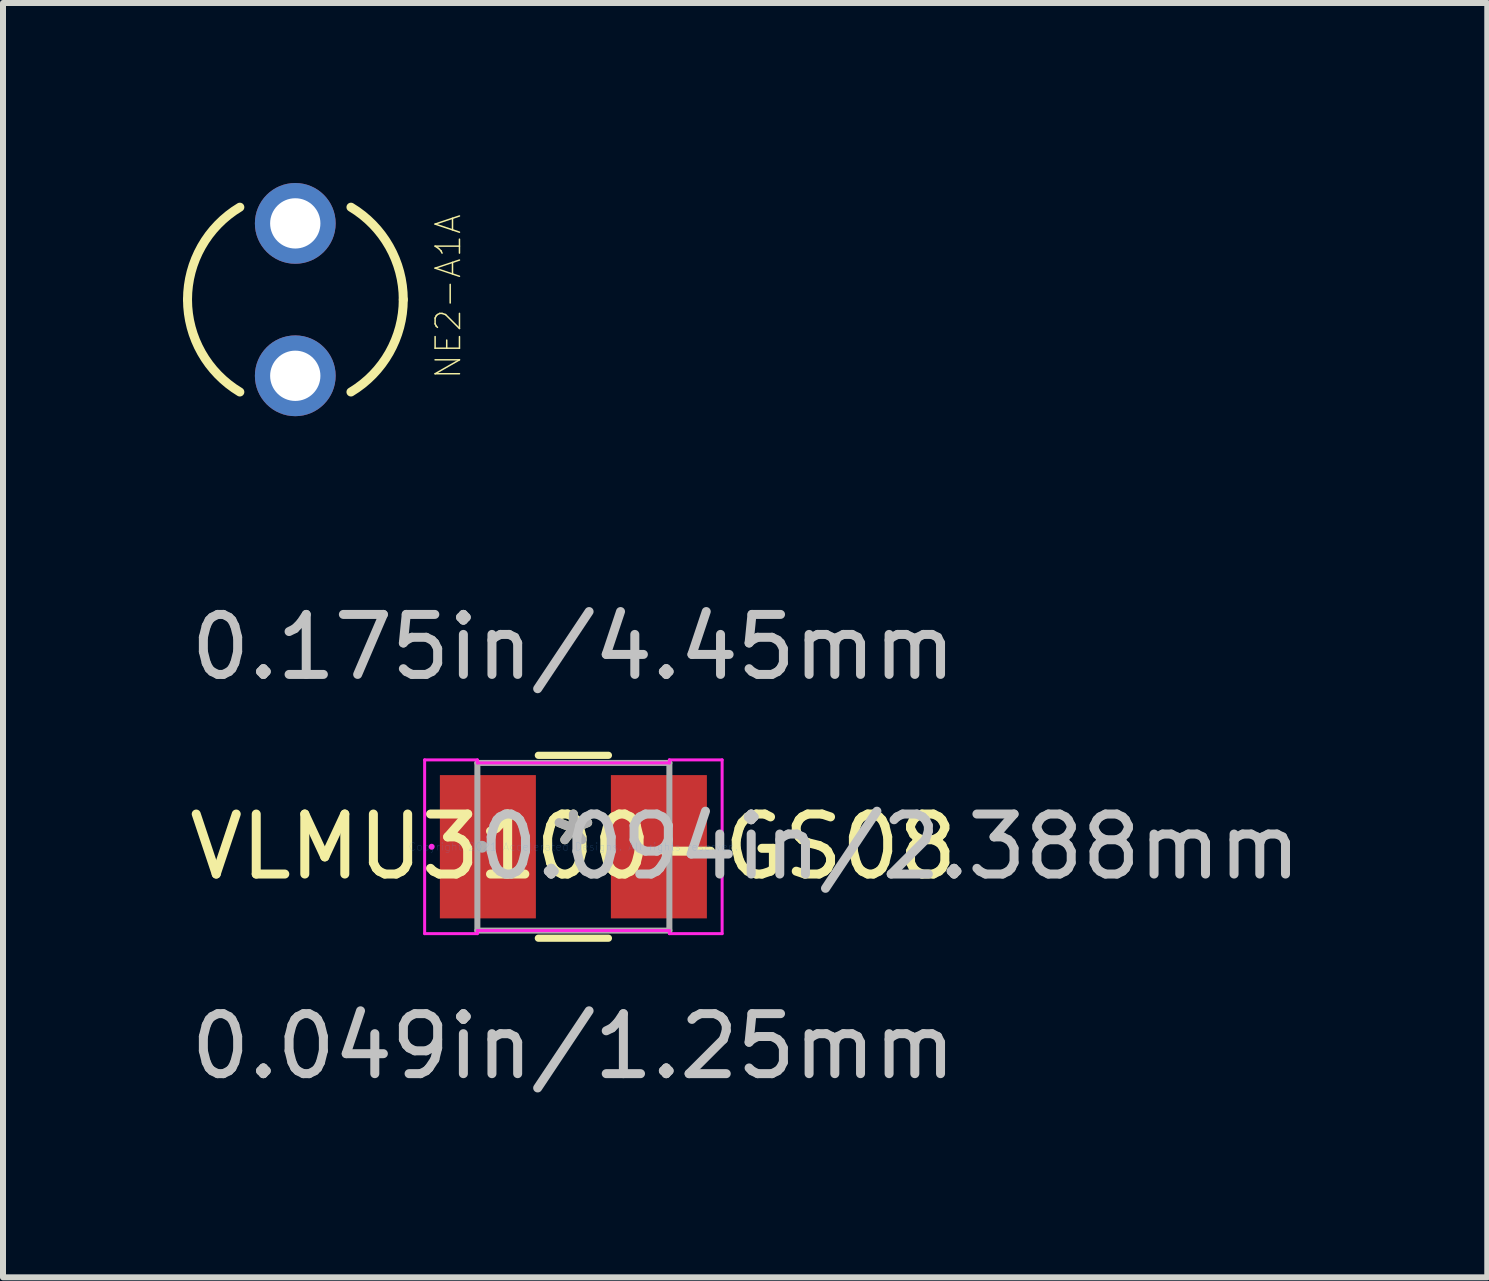
<source format=kicad_pcb>
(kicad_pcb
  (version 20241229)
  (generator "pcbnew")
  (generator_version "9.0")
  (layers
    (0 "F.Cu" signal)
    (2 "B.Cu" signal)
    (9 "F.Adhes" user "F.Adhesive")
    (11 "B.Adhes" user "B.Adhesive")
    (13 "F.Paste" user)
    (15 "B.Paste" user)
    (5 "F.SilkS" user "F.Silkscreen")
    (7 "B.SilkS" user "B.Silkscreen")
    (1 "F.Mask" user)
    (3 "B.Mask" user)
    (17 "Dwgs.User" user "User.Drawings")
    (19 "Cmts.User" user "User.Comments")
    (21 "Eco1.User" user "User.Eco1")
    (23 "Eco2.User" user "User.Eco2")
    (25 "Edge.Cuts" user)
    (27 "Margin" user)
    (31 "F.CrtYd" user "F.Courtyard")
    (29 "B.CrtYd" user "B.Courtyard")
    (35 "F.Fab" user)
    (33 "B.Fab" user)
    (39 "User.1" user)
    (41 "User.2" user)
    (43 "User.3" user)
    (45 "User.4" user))
  (footprint "NE2-A1A"
    (layer "F.Cu")
    (at 1.871 1.943)
    (property "Reference" "NE2-A1A" (at 2.55 -0.05 90) (layer "F.SilkS") (effects (font (size 0.406 0.406) (thickness 0.025))))
    (attr exclude_from_pos_files exclude_from_bom)
    (fp_arc (start -1.79578 0) (mid -1.562688 -0.884779) (end -0.923921 -1.539869) (stroke (width 0.15) (type solid)) (layer "F.SilkS"))
    (fp_arc (start -0.923921 1.539869) (mid -1.562688 0.884779) (end -1.79578 0) (stroke (width 0.15) (type solid)) (layer "F.SilkS"))
    (fp_arc (start 0.928141 -1.539869) (mid 1.566908 -0.884779) (end 1.8 0) (stroke (width 0.15) (type solid)) (layer "F.SilkS"))
    (fp_arc (start 1.8 0) (mid 1.566908 0.884779) (end 0.928141 1.539869) (stroke (width 0.15) (type solid)) (layer "F.SilkS"))
    (pad "1" thru_hole circle (at 0 -1.27) (size 1.346 1.346) (drill 0.838) (layers "*.Cu" "*.Mask"))
    (pad "2" thru_hole circle (at 0 1.27) (size 1.346 1.346) (drill 0.838) (layers "*.Cu" "*.Mask")))
  (footprint "VLMU3100-GS08"
    (layer "F.Cu")
    (at 6.506 11.062)
    (property "Reference" "VLMU3100-GS08" (at 0 0 0) (layer "F.SilkS") (effects (font (size 1 1) (thickness 0.15))))
    (attr through_hole)
    (fp_line (start -0.584 1.524) (end 0.584 1.524) (stroke (width 0.12) (type solid)) (layer "F.SilkS"))
    (fp_line (start 0.584 -1.524) (end -0.584 -1.524) (stroke (width 0.12) (type solid)) (layer "F.SilkS"))
    (fp_line (start -2.479 -1.448) (end -1.6 -1.448) (stroke (width 0.05) (type solid)) (layer "F.CrtYd"))
    (fp_line (start -2.479 1.448) (end -2.479 -1.448) (stroke (width 0.05) (type solid)) (layer "F.CrtYd"))
    (fp_line (start -1.6 -1.448) (end -1.6 -1.397) (stroke (width 0.05) (type solid)) (layer "F.CrtYd"))
    (fp_line (start -1.6 -1.397) (end 1.6 -1.397) (stroke (width 0.05) (type solid)) (layer "F.CrtYd"))
    (fp_line (start -1.6 1.397) (end -1.6 1.448) (stroke (width 0.05) (type solid)) (layer "F.CrtYd"))
    (fp_line (start -1.6 1.448) (end -2.479 1.448) (stroke (width 0.05) (type solid)) (layer "F.CrtYd"))
    (fp_line (start 1.6 -1.448) (end 2.479 -1.448) (stroke (width 0.05) (type solid)) (layer "F.CrtYd"))
    (fp_line (start 1.6 -1.397) (end 1.6 -1.448) (stroke (width 0.05) (type solid)) (layer "F.CrtYd"))
    (fp_line (start 1.6 1.397) (end -1.6 1.397) (stroke (width 0.05) (type solid)) (layer "F.CrtYd"))
    (fp_line (start 1.6 1.448) (end 1.6 1.397) (stroke (width 0.05) (type solid)) (layer "F.CrtYd"))
    (fp_line (start 2.479 -1.448) (end 2.479 1.448) (stroke (width 0.05) (type solid)) (layer "F.CrtYd"))
    (fp_line (start 2.479 1.448) (end 1.6 1.448) (stroke (width 0.05) (type solid)) (layer "F.CrtYd"))
    (fp_circle (center -2.362 0) (end -2.362 0) (stroke (width 0.05) (type solid)) (fill no) (layer "F.CrtYd"))
    (fp_line (start -1.6 -1.397) (end -1.6 1.397) (stroke (width 0.1) (type solid)) (layer "F.Fab"))
    (fp_line (start -1.6 1.397) (end 1.6 1.397) (stroke (width 0.1) (type solid)) (layer "F.Fab"))
    (fp_line (start 1.6 -1.397) (end -1.6 -1.397) (stroke (width 0.1) (type solid)) (layer "F.Fab"))
    (fp_line (start 1.6 1.397) (end 1.6 -1.397) (stroke (width 0.1) (type solid)) (layer "F.Fab"))
    (fp_circle (center -1.524 0) (end -1.524 0) (stroke (width 0.1) (type solid)) (fill no) (layer "F.Fab"))
    (fp_text user "*" (at 0 0 0) (layer "F.SilkS") (effects (font (size 1 1) (thickness 0.15))))
    (fp_text user "0.094in/2.388mm" (at 5.273 0 0) (layer "Dwgs.User") (effects (font (size 1 1) (thickness 0.15))))
    (fp_text user "0.175in/4.45mm" (at 0 -3.327 0) (layer "Dwgs.User") (effects (font (size 1 1) (thickness 0.15))))
    (fp_text user "0.049in/1.25mm" (at 0 3.327 0) (layer "Dwgs.User") (effects (font (size 1 1) (thickness 0.15))))
    (fp_text user "Copyright 2021 Accelerated Designs. All rights reserved." (at 0 0 0) (layer "Cmts.User") (effects (font (size 0.127 0.127) (thickness 0.002))))
    (fp_text user "*" (at 0 0 0) (layer "F.Fab") (effects (font (size 1 1) (thickness 0.15))))
    (pad "1" smd rect (at -1.425 0) (size 1.6 2.388) (layers "F.Cu" "F.Mask" "F.Paste"))
    (pad "2" smd rect (at 1.425 0) (size 1.6 2.388) (layers "F.Cu" "F.Mask" "F.Paste")))
  (gr_rect
    (start -3 -3)
    (end 21.737 18.238)
    (stroke (width 0.1) (type default))
    (fill no)
    (layer "Edge.Cuts")))
</source>
